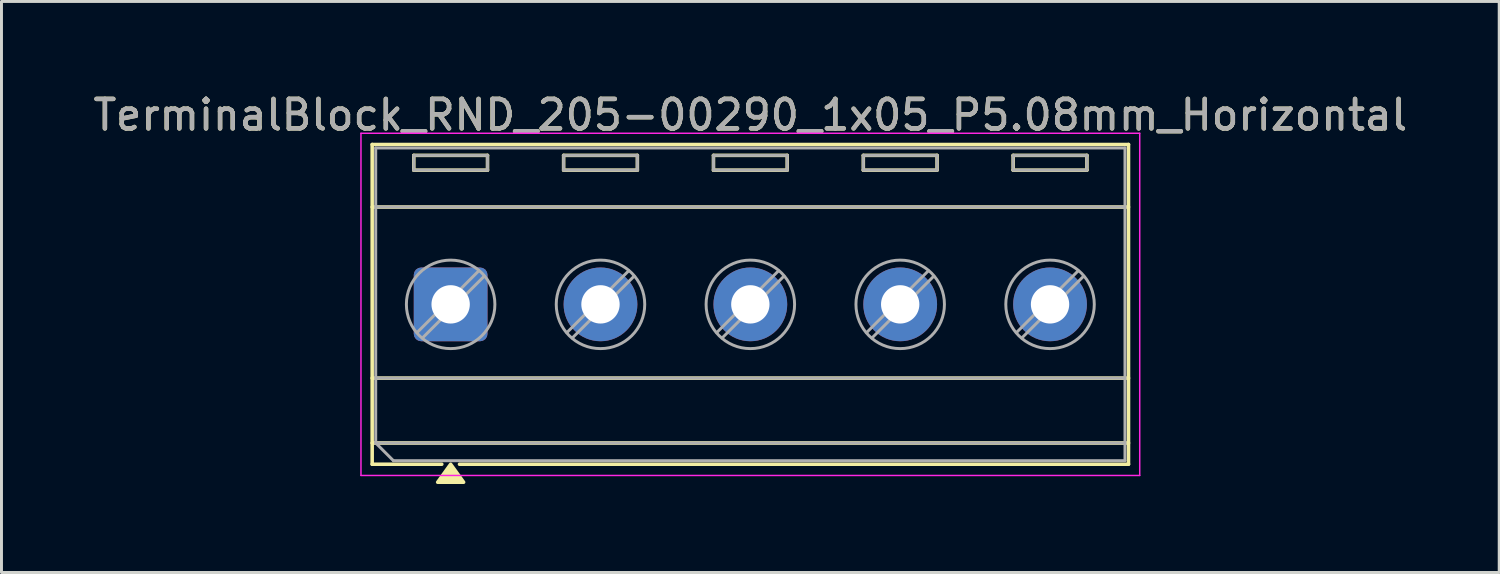
<source format=kicad_pcb>
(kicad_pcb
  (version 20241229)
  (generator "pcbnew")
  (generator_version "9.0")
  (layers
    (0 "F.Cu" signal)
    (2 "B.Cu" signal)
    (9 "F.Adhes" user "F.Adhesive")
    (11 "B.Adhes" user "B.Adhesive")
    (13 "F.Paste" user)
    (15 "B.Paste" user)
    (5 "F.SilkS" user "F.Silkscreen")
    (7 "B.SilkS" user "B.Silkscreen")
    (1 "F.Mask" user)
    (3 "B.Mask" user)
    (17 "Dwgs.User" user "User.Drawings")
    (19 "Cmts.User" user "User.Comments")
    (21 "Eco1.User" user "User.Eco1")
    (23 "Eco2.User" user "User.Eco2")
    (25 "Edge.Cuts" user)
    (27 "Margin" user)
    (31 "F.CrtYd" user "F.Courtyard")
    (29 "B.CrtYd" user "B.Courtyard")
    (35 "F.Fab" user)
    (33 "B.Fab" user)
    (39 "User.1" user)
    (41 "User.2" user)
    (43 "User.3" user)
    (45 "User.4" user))
  (footprint "TerminalBlock_RND_205-00290_1x05_P5.08mm_Horizontal"
    (layer "F.Cu")
    (at 12.227 7.268)
    (property "Reference" "TerminalBlock_RND_205-00290_1x05_P5.08mm_Horizontal" (at 10.16 -6.42 0) (layer "F.SilkS") (effects (font (size 1 1) (thickness 0.15))))
    (attr through_hole)
    (fp_line (start -2.66 -5.42) (end -2.66 5.42) (stroke (width 0.12) (type solid)) (layer "F.SilkS"))
    (fp_line (start -2.66 -5.42) (end 22.98 -5.42) (stroke (width 0.12) (type solid)) (layer "F.SilkS"))
    (fp_line (start -2.66 -3.3) (end 22.98 -3.3) (stroke (width 0.12) (type solid)) (layer "F.SilkS"))
    (fp_line (start -2.66 2.5) (end 22.98 2.5) (stroke (width 0.12) (type solid)) (layer "F.SilkS"))
    (fp_line (start -2.66 4.7) (end 22.98 4.7) (stroke (width 0.12) (type solid)) (layer "F.SilkS"))
    (fp_line (start -2.66 5.42) (end -0.3 5.42) (stroke (width 0.12) (type solid)) (layer "F.SilkS"))
    (fp_line (start -1.25 -5.05) (end -1.25 -4.55) (stroke (width 0.12) (type solid)) (layer "F.SilkS"))
    (fp_line (start -1.25 -5.05) (end 1.25 -5.05) (stroke (width 0.12) (type solid)) (layer "F.SilkS"))
    (fp_line (start -1.25 -4.55) (end 1.25 -4.55) (stroke (width 0.12) (type solid)) (layer "F.SilkS"))
    (fp_line (start 0.3 5.42) (end 22.98 5.42) (stroke (width 0.12) (type solid)) (layer "F.SilkS"))
    (fp_line (start 1.25 -5.05) (end 1.25 -4.55) (stroke (width 0.12) (type solid)) (layer "F.SilkS"))
    (fp_line (start 3.83 -5.05) (end 3.83 -4.55) (stroke (width 0.12) (type solid)) (layer "F.SilkS"))
    (fp_line (start 3.83 -5.05) (end 6.33 -5.05) (stroke (width 0.12) (type solid)) (layer "F.SilkS"))
    (fp_line (start 3.83 -4.55) (end 6.33 -4.55) (stroke (width 0.12) (type solid)) (layer "F.SilkS"))
    (fp_line (start 6.33 -5.05) (end 6.33 -4.55) (stroke (width 0.12) (type solid)) (layer "F.SilkS"))
    (fp_line (start 8.91 -5.05) (end 8.91 -4.55) (stroke (width 0.12) (type solid)) (layer "F.SilkS"))
    (fp_line (start 8.91 -5.05) (end 11.41 -5.05) (stroke (width 0.12) (type solid)) (layer "F.SilkS"))
    (fp_line (start 8.91 -4.55) (end 11.41 -4.55) (stroke (width 0.12) (type solid)) (layer "F.SilkS"))
    (fp_line (start 11.41 -5.05) (end 11.41 -4.55) (stroke (width 0.12) (type solid)) (layer "F.SilkS"))
    (fp_line (start 13.99 -5.05) (end 13.99 -4.55) (stroke (width 0.12) (type solid)) (layer "F.SilkS"))
    (fp_line (start 13.99 -5.05) (end 16.49 -5.05) (stroke (width 0.12) (type solid)) (layer "F.SilkS"))
    (fp_line (start 13.99 -4.55) (end 16.49 -4.55) (stroke (width 0.12) (type solid)) (layer "F.SilkS"))
    (fp_line (start 16.49 -5.05) (end 16.49 -4.55) (stroke (width 0.12) (type solid)) (layer "F.SilkS"))
    (fp_line (start 19.07 -5.05) (end 19.07 -4.55) (stroke (width 0.12) (type solid)) (layer "F.SilkS"))
    (fp_line (start 19.07 -5.05) (end 21.57 -5.05) (stroke (width 0.12) (type solid)) (layer "F.SilkS"))
    (fp_line (start 19.07 -4.55) (end 21.57 -4.55) (stroke (width 0.12) (type solid)) (layer "F.SilkS"))
    (fp_line (start 21.57 -5.05) (end 21.57 -4.55) (stroke (width 0.12) (type solid)) (layer "F.SilkS"))
    (fp_line (start 22.98 -5.42) (end 22.98 5.42) (stroke (width 0.12) (type solid)) (layer "F.SilkS"))
    (fp_poly (pts (xy 0 5.42) (xy 0.44 6.03) (xy -0.44 6.03)) (stroke (width 0.12) (type solid)) (fill yes) (layer "F.SilkS"))
    (fp_line (start -3.04 -5.8) (end -3.04 5.8) (stroke (width 0.05) (type solid)) (layer "F.CrtYd"))
    (fp_line (start -3.04 5.8) (end 23.36 5.8) (stroke (width 0.05) (type solid)) (layer "F.CrtYd"))
    (fp_line (start 23.36 -5.8) (end -3.04 -5.8) (stroke (width 0.05) (type solid)) (layer "F.CrtYd"))
    (fp_line (start 23.36 5.8) (end 23.36 -5.8) (stroke (width 0.05) (type solid)) (layer "F.CrtYd"))
    (fp_line (start -2.54 -5.3) (end 22.86 -5.3) (stroke (width 0.1) (type solid)) (layer "F.Fab"))
    (fp_line (start -2.54 -3.3) (end 22.86 -3.3) (stroke (width 0.1) (type solid)) (layer "F.Fab"))
    (fp_line (start -2.54 2.5) (end 22.86 2.5) (stroke (width 0.1) (type solid)) (layer "F.Fab"))
    (fp_line (start -2.54 4.7) (end -2.54 -5.3) (stroke (width 0.1) (type solid)) (layer "F.Fab"))
    (fp_line (start -2.54 4.7) (end 22.86 4.7) (stroke (width 0.1) (type solid)) (layer "F.Fab"))
    (fp_line (start -1.94 5.3) (end -2.54 4.7) (stroke (width 0.1) (type solid)) (layer "F.Fab"))
    (fp_line (start -1.25 -5.05) (end -1.25 -4.55) (stroke (width 0.1) (type solid)) (layer "F.Fab"))
    (fp_line (start -1.25 -4.55) (end 1.25 -4.55) (stroke (width 0.1) (type solid)) (layer "F.Fab"))
    (fp_line (start 0.955 -1.138) (end -1.138 0.955) (stroke (width 0.1) (type solid)) (layer "F.Fab"))
    (fp_line (start 1.138 -0.955) (end -0.955 1.138) (stroke (width 0.1) (type solid)) (layer "F.Fab"))
    (fp_line (start 1.25 -5.05) (end -1.25 -5.05) (stroke (width 0.1) (type solid)) (layer "F.Fab"))
    (fp_line (start 1.25 -4.55) (end 1.25 -5.05) (stroke (width 0.1) (type solid)) (layer "F.Fab"))
    (fp_line (start 3.83 -5.05) (end 3.83 -4.55) (stroke (width 0.1) (type solid)) (layer "F.Fab"))
    (fp_line (start 3.83 -4.55) (end 6.33 -4.55) (stroke (width 0.1) (type solid)) (layer "F.Fab"))
    (fp_line (start 6.035 -1.138) (end 3.942 0.955) (stroke (width 0.1) (type solid)) (layer "F.Fab"))
    (fp_line (start 6.218 -0.955) (end 4.125 1.138) (stroke (width 0.1) (type solid)) (layer "F.Fab"))
    (fp_line (start 6.33 -5.05) (end 3.83 -5.05) (stroke (width 0.1) (type solid)) (layer "F.Fab"))
    (fp_line (start 6.33 -4.55) (end 6.33 -5.05) (stroke (width 0.1) (type solid)) (layer "F.Fab"))
    (fp_line (start 8.91 -5.05) (end 8.91 -4.55) (stroke (width 0.1) (type solid)) (layer "F.Fab"))
    (fp_line (start 8.91 -4.55) (end 11.41 -4.55) (stroke (width 0.1) (type solid)) (layer "F.Fab"))
    (fp_line (start 11.115 -1.138) (end 9.022 0.955) (stroke (width 0.1) (type solid)) (layer "F.Fab"))
    (fp_line (start 11.298 -0.955) (end 9.205 1.138) (stroke (width 0.1) (type solid)) (layer "F.Fab"))
    (fp_line (start 11.41 -5.05) (end 8.91 -5.05) (stroke (width 0.1) (type solid)) (layer "F.Fab"))
    (fp_line (start 11.41 -4.55) (end 11.41 -5.05) (stroke (width 0.1) (type solid)) (layer "F.Fab"))
    (fp_line (start 13.99 -5.05) (end 13.99 -4.55) (stroke (width 0.1) (type solid)) (layer "F.Fab"))
    (fp_line (start 13.99 -4.55) (end 16.49 -4.55) (stroke (width 0.1) (type solid)) (layer "F.Fab"))
    (fp_line (start 16.195 -1.138) (end 14.102 0.955) (stroke (width 0.1) (type solid)) (layer "F.Fab"))
    (fp_line (start 16.378 -0.955) (end 14.285 1.138) (stroke (width 0.1) (type solid)) (layer "F.Fab"))
    (fp_line (start 16.49 -5.05) (end 13.99 -5.05) (stroke (width 0.1) (type solid)) (layer "F.Fab"))
    (fp_line (start 16.49 -4.55) (end 16.49 -5.05) (stroke (width 0.1) (type solid)) (layer "F.Fab"))
    (fp_line (start 19.07 -5.05) (end 19.07 -4.55) (stroke (width 0.1) (type solid)) (layer "F.Fab"))
    (fp_line (start 19.07 -4.55) (end 21.57 -4.55) (stroke (width 0.1) (type solid)) (layer "F.Fab"))
    (fp_line (start 21.275 -1.138) (end 19.182 0.955) (stroke (width 0.1) (type solid)) (layer "F.Fab"))
    (fp_line (start 21.458 -0.955) (end 19.365 1.138) (stroke (width 0.1) (type solid)) (layer "F.Fab"))
    (fp_line (start 21.57 -5.05) (end 19.07 -5.05) (stroke (width 0.1) (type solid)) (layer "F.Fab"))
    (fp_line (start 21.57 -4.55) (end 21.57 -5.05) (stroke (width 0.1) (type solid)) (layer "F.Fab"))
    (fp_line (start 22.86 -5.3) (end 22.86 5.3) (stroke (width 0.1) (type solid)) (layer "F.Fab"))
    (fp_line (start 22.86 5.3) (end -1.94 5.3) (stroke (width 0.1) (type solid)) (layer "F.Fab"))
    (fp_circle (center 0 0) (end 1.5 0) (stroke (width 0.1) (type solid)) (fill no) (layer "F.Fab"))
    (fp_circle (center 5.08 0) (end 6.58 0) (stroke (width 0.1) (type solid)) (fill no) (layer "F.Fab"))
    (fp_circle (center 10.16 0) (end 11.66 0) (stroke (width 0.1) (type solid)) (fill no) (layer "F.Fab"))
    (fp_circle (center 15.24 0) (end 16.74 0) (stroke (width 0.1) (type solid)) (fill no) (layer "F.Fab"))
    (fp_circle (center 20.32 0) (end 21.82 0) (stroke (width 0.1) (type solid)) (fill no) (layer "F.Fab"))
    (fp_text user "${REFERENCE}" (at 10.16 -6.42 0) (layer "F.Fab") (effects (font (size 1 1) (thickness 0.15))))
    (pad "1" thru_hole roundrect (at 0 0) (size 2.5 2.5) (drill 1.3) (layers "*.Cu" "*.Mask") (roundrect_rratio 0.1))
    (pad "2" thru_hole circle (at 5.08 0) (size 2.5 2.5) (drill 1.3) (layers "*.Cu" "*.Mask"))
    (pad "3" thru_hole circle (at 10.16 0) (size 2.5 2.5) (drill 1.3) (layers "*.Cu" "*.Mask"))
    (pad "4" thru_hole circle (at 15.24 0) (size 2.5 2.5) (drill 1.3) (layers "*.Cu" "*.Mask"))
    (pad "5" thru_hole circle (at 20.32 0) (size 2.5 2.5) (drill 1.3) (layers "*.Cu" "*.Mask")))
  (gr_rect
    (start -3 -3)
    (end 47.774 16.358)
    (stroke (width 0.1) (type default))
    (fill no)
    (layer "Edge.Cuts")))
</source>
